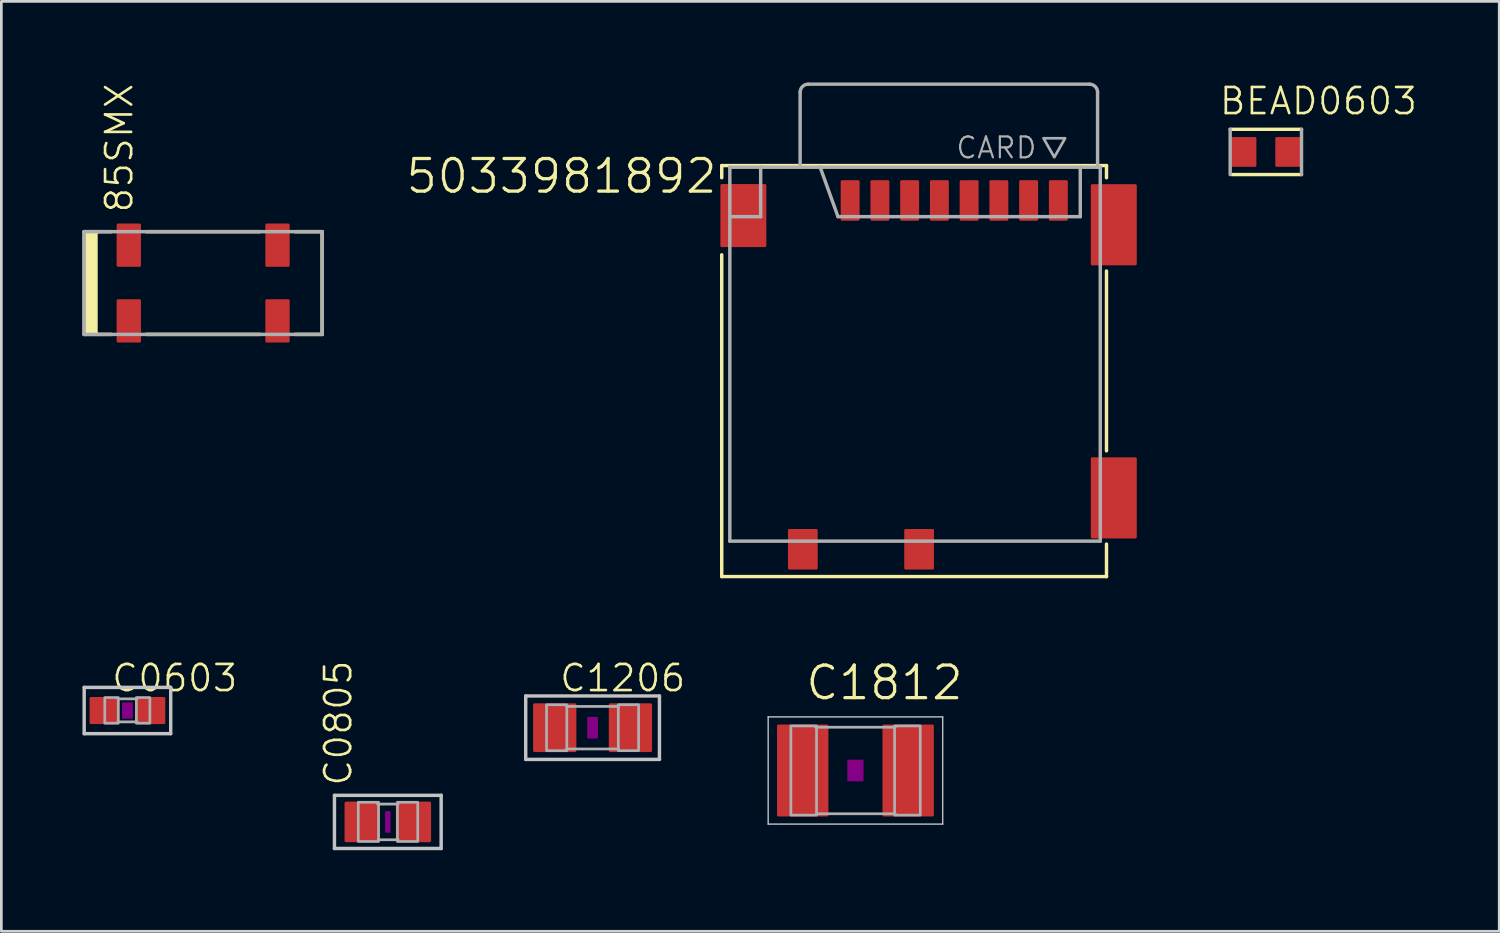
<source format=kicad_pcb>
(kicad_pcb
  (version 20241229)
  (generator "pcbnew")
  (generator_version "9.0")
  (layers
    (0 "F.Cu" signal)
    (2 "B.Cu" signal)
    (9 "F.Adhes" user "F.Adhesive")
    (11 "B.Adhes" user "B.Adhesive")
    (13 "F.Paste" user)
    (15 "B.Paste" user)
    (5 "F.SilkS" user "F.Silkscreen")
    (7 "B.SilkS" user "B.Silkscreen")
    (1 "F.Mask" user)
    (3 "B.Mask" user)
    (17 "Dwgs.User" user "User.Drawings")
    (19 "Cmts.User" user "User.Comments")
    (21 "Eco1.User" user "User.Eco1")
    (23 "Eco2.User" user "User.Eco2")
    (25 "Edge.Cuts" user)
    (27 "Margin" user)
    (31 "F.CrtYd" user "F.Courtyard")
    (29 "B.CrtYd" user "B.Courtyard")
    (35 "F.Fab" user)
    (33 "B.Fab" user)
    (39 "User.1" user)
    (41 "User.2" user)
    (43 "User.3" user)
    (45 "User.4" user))
  (footprint "5033981892"
    (layer "F.Cu")
    (at 23.941 16.963)
    (property "Reference" "5033981892" (at -0.403 -14.203 0) (layer "F.SilkS") (effects (font (size 1.206 1.206) (thickness 0.121)) (justify right top)))
    (attr through_hole)
    (fp_line (start -0.3 -13.89) (end -0.3 -13.44) (stroke (width 0.127) (type solid)) (layer "F.SilkS"))
    (fp_line (start -0.3 -10.59) (end -0.3 1.31) (stroke (width 0.127) (type solid)) (layer "F.SilkS"))
    (fp_line (start 13.93 -13.89) (end -0.3 -13.89) (stroke (width 0.127) (type solid)) (layer "F.SilkS"))
    (fp_line (start 13.93 -13.89) (end 13.93 -13.44) (stroke (width 0.127) (type solid)) (layer "F.SilkS"))
    (fp_line (start 13.93 -9.99) (end 13.93 -3.34) (stroke (width 0.127) (type solid)) (layer "F.SilkS"))
    (fp_line (start 13.93 0.11) (end 13.93 1.31) (stroke (width 0.127) (type solid)) (layer "F.SilkS"))
    (fp_line (start 13.93 1.31) (end -0.3 1.31) (stroke (width 0.127) (type solid)) (layer "F.SilkS"))
    (fp_line (start 0 -12) (end 0 -13.83) (stroke (width 0.127) (type solid)) (layer "F.Fab"))
    (fp_line (start 0 0) (end 0 -12) (stroke (width 0.127) (type solid)) (layer "F.Fab"))
    (fp_line (start 1.14 -13.83) (end 0 -13.83) (stroke (width 0.127) (type solid)) (layer "F.Fab"))
    (fp_line (start 1.14 -13.83) (end 1.14 -12) (stroke (width 0.127) (type solid)) (layer "F.Fab"))
    (fp_line (start 1.14 -12) (end 0 -12) (stroke (width 0.127) (type solid)) (layer "F.Fab"))
    (fp_line (start 2.6 -16.6) (end 2.6 -13.83) (stroke (width 0.127) (type solid)) (layer "F.Fab"))
    (fp_line (start 2.6 -13.83) (end 1.14 -13.83) (stroke (width 0.127) (type solid)) (layer "F.Fab"))
    (fp_line (start 3.34 -13.83) (end 2.6 -13.83) (stroke (width 0.127) (type solid)) (layer "F.Fab"))
    (fp_line (start 3.34 -13.83) (end 4 -12) (stroke (width 0.127) (type solid)) (layer "F.Fab"))
    (fp_line (start 12.96 -13.83) (end 3.34 -13.83) (stroke (width 0.127) (type solid)) (layer "F.Fab"))
    (fp_line (start 12.96 -13.83) (end 12.96 -12) (stroke (width 0.127) (type solid)) (layer "F.Fab"))
    (fp_line (start 12.96 -12) (end 4 -12) (stroke (width 0.127) (type solid)) (layer "F.Fab"))
    (fp_line (start 13.3 -16.9) (end 2.9 -16.9) (stroke (width 0.127) (type solid)) (layer "F.Fab"))
    (fp_line (start 13.6 -16.6) (end 13.6 -13.83) (stroke (width 0.127) (type solid)) (layer "F.Fab"))
    (fp_line (start 13.6 -13.83) (end 12.96 -13.83) (stroke (width 0.127) (type solid)) (layer "F.Fab"))
    (fp_line (start 13.6 -13.83) (end 13.7 -13.83) (stroke (width 0.127) (type solid)) (layer "F.Fab"))
    (fp_line (start 13.7 -13.83) (end 13.7 0) (stroke (width 0.127) (type solid)) (layer "F.Fab"))
    (fp_line (start 13.7 0) (end 0 0) (stroke (width 0.127) (type solid)) (layer "F.Fab"))
    (fp_arc (start 2.6 -16.6) (mid 2.687868 -16.812132) (end 2.9 -16.9) (stroke (width 0.127) (type solid)) (layer "F.Fab"))
    (fp_arc (start 13.3 -16.9) (mid 13.512132 -16.812132) (end 13.6 -16.6) (stroke (width 0.127) (type solid)) (layer "F.Fab"))
    (fp_poly (pts (xy 12.4 -14.9) (xy 12 -14.2) (xy 11.6 -14.9)) (stroke (width 0.1) (type solid)) (fill no) (layer "F.Fab"))
    (fp_text user "CARD" (at 11.4 -15 0) (layer "F.Fab") (effects (font (size 0.772 0.772) (thickness 0.081)) (justify right top)))
    (pad "1" smd roundrect (at 4.45 -12.6 180) (size 0.7 1.5) (layers "F.Cu" "F.Mask" "F.Paste") (roundrect_rratio 0.073))
    (pad "2" smd roundrect (at 5.55 -12.6 180) (size 0.7 1.5) (layers "F.Cu" "F.Mask" "F.Paste") (roundrect_rratio 0.073))
    (pad "3" smd roundrect (at 6.65 -12.6 180) (size 0.7 1.5) (layers "F.Cu" "F.Mask" "F.Paste") (roundrect_rratio 0.073))
    (pad "4" smd roundrect (at 7.75 -12.6 180) (size 0.7 1.5) (layers "F.Cu" "F.Mask" "F.Paste") (roundrect_rratio 0.073))
    (pad "5" smd roundrect (at 8.85 -12.6 180) (size 0.7 1.5) (layers "F.Cu" "F.Mask" "F.Paste") (roundrect_rratio 0.073))
    (pad "6" smd roundrect (at 9.95 -12.6 180) (size 0.7 1.5) (layers "F.Cu" "F.Mask" "F.Paste") (roundrect_rratio 0.073))
    (pad "7" smd roundrect (at 11.05 -12.6 180) (size 0.7 1.5) (layers "F.Cu" "F.Mask" "F.Paste") (roundrect_rratio 0.073))
    (pad "8" smd roundrect (at 12.15 -12.6 180) (size 0.7 1.5) (layers "F.Cu" "F.Mask" "F.Paste") (roundrect_rratio 0.073))
    (pad "S" smd roundrect (at 0.5 -12.04 180) (size 1.7 2.33) (layers "F.Cu" "F.Mask" "F.Paste") (roundrect_rratio 0.03))
    (pad "S1" smd roundrect (at 14.2 -11.7 180) (size 1.7 3) (layers "F.Cu" "F.Mask" "F.Paste") (roundrect_rratio 0.03))
    (pad "S2" smd roundrect (at 14.2 -1.6 180) (size 1.7 3) (layers "F.Cu" "F.Mask" "F.Paste") (roundrect_rratio 0.03))
    (pad "SW1" smd roundrect (at 2.7 0.3 180) (size 1.1 1.5) (layers "F.Cu" "F.Mask" "F.Paste") (roundrect_rratio 0.046))
    (pad "SW2" smd roundrect (at 7 0.3 180) (size 1.1 1.5) (layers "F.Cu" "F.Mask" "F.Paste") (roundrect_rratio 0.046)))
  (footprint "BEAD0603"
    (layer "F.Cu")
    (at 43.764 2.569)
    (property "Reference" "BEAD0603" (at -1.773 -1.315 180) (layer "F.SilkS") (effects (font (size 0.965 0.965) (thickness 0.097)) (justify left bottom)))
    (attr through_hole)
    (fp_line (start -1.256 0.837) (end 1.319 0.837) (stroke (width 0.127) (type solid)) (layer "F.SilkS"))
    (fp_line (start 1.319 -0.837) (end -1.319 -0.837) (stroke (width 0.127) (type solid)) (layer "F.SilkS"))
    (fp_line (start -1.319 -0.837) (end -1.319 0.837) (stroke (width 0.127) (type solid)) (layer "F.Fab"))
    (fp_line (start 1.319 0.837) (end 1.319 -0.837) (stroke (width 0.127) (type solid)) (layer "F.Fab"))
    (pad "P$1" smd roundrect (at -0.85 0) (size 1 1.1) (layers "F.Cu" "F.Mask" "F.Paste") (roundrect_rratio 0.051))
    (pad "P$2" smd roundrect (at 0.85 0) (size 1 1.1) (layers "F.Cu" "F.Mask" "F.Paste") (roundrect_rratio 0.051)))
  (footprint "85SMX"
    (layer "F.Cu")
    (at 4.463 7.417)
    (property "Reference" "85SMX" (at -2.54 -2.54 270) (layer "F.SilkS") (effects (font (size 0.965 0.965) (thickness 0.097)) (justify left bottom)))
    (attr through_hole)
    (fp_line (start -4.4 -1.9) (end -4.4 1.9) (stroke (width 0.127) (type solid)) (layer "F.SilkS"))
    (fp_line (start -4.4 -1.9) (end -3.9 -1.9) (stroke (width 0.127) (type solid)) (layer "F.SilkS"))
    (fp_line (start -4.4 1.9) (end -3.9 1.9) (stroke (width 0.127) (type solid)) (layer "F.SilkS"))
    (fp_line (start -3.9 -1.9) (end -3.4 -1.9) (stroke (width 0.127) (type solid)) (layer "F.SilkS"))
    (fp_line (start -3.9 1.9) (end -3.4 1.9) (stroke (width 0.127) (type solid)) (layer "F.SilkS"))
    (fp_line (start -2.1 -1.9) (end 2.1 -1.9) (stroke (width 0.127) (type solid)) (layer "F.SilkS"))
    (fp_line (start -2.1 1.9) (end 2.1 1.9) (stroke (width 0.127) (type solid)) (layer "F.SilkS"))
    (fp_line (start 3.4 -1.9) (end 4.4 -1.9) (stroke (width 0.127) (type solid)) (layer "F.SilkS"))
    (fp_line (start 3.4 1.9) (end 4.4 1.9) (stroke (width 0.127) (type solid)) (layer "F.SilkS"))
    (fp_line (start 4.4 -1.9) (end 4.4 1.9) (stroke (width 0.127) (type solid)) (layer "F.SilkS"))
    (fp_poly (pts (xy -4.4 1.9) (xy -3.9 1.9) (xy -3.9 -1.9) (xy -4.4 -1.9)) (stroke (width 0) (type solid)) (fill yes) (layer "F.SilkS"))
    (fp_line (start -4.4 -1.9) (end -4.4 1.9) (stroke (width 0.127) (type solid)) (layer "F.Fab"))
    (fp_line (start -4.4 -1.9) (end 4.4 -1.9) (stroke (width 0.127) (type solid)) (layer "F.Fab"))
    (fp_line (start -4.4 1.9) (end 4.4 1.9) (stroke (width 0.127) (type solid)) (layer "F.Fab"))
    (fp_line (start 4.4 -1.9) (end 4.4 1.9) (stroke (width 0.127) (type solid)) (layer "F.Fab"))
    (pad "1" smd roundrect (at -2.75 1.4 90) (size 1.6 0.9) (layers "F.Cu" "F.Mask" "F.Paste") (roundrect_rratio 0.056))
    (pad "4" smd roundrect (at -2.75 -1.4 90) (size 1.6 0.9) (layers "F.Cu" "F.Mask" "F.Paste") (roundrect_rratio 0.056))
    (pad "NC.2" smd roundrect (at 2.75 1.4 90) (size 1.6 0.9) (layers "F.Cu" "F.Mask" "F.Paste") (roundrect_rratio 0.056))
    (pad "NC.3" smd roundrect (at 2.75 -1.4 90) (size 1.6 0.9) (layers "F.Cu" "F.Mask" "F.Paste") (roundrect_rratio 0.056)))
  (footprint "C0805"
    (layer "F.Cu")
    (at 11.292 27.346)
    (property "Reference" "C0805" (at -1.27 -1.27 90) (layer "F.SilkS") (effects (font (size 0.965 0.965) (thickness 0.097)) (justify left bottom)))
    (attr through_hole)
    (fp_poly (pts (xy -0.1 0.4) (xy 0.1 0.4) (xy 0.1 -0.4) (xy -0.1 -0.4)) (stroke (width 0) (type solid)) (fill yes) (layer "F.Adhes"))
    (fp_line (start -1.973 -0.983) (end 1.973 -0.983) (stroke (width 0.127) (type solid)) (layer "Dwgs.User"))
    (fp_line (start -1.973 0.983) (end -1.973 -0.983) (stroke (width 0.127) (type solid)) (layer "Dwgs.User"))
    (fp_line (start 1.973 -0.983) (end 1.973 0.983) (stroke (width 0.127) (type solid)) (layer "Dwgs.User"))
    (fp_line (start 1.973 0.983) (end -1.973 0.983) (stroke (width 0.127) (type solid)) (layer "Dwgs.User"))
    (fp_line (start -0.381 -0.66) (end 0.381 -0.66) (stroke (width 0.102) (type solid)) (layer "F.Fab"))
    (fp_line (start -0.356 0.66) (end 0.381 0.66) (stroke (width 0.102) (type solid)) (layer "F.Fab"))
    (fp_poly (pts (xy -1.092 0.724) (xy -0.342 0.724) (xy -0.342 -0.726) (xy -1.092 -0.726)) (stroke (width 0.1) (type solid)) (fill no) (layer "F.Fab"))
    (fp_poly (pts (xy 0.356 0.724) (xy 1.106 0.724) (xy 1.106 -0.726) (xy 0.356 -0.726)) (stroke (width 0.1) (type solid)) (fill no) (layer "F.Fab"))
    (pad "1" smd roundrect (at -0.95 0) (size 1.3 1.5) (layers "F.Cu" "F.Mask" "F.Paste") (roundrect_rratio 0.039))
    (pad "2" smd roundrect (at 0.95 0) (size 1.3 1.5) (layers "F.Cu" "F.Mask" "F.Paste") (roundrect_rratio 0.039)))
  (footprint "C0603"
    (layer "F.Cu")
    (at 1.663 23.227)
    (property "Reference" "C0603" (at -0.635 -0.635 0) (layer "F.SilkS") (effects (font (size 0.965 0.965) (thickness 0.097)) (justify left bottom)))
    (attr through_hole)
    (fp_poly (pts (xy -0.2 0.3) (xy 0.2 0.3) (xy 0.2 -0.3) (xy -0.2 -0.3)) (stroke (width 0) (type solid)) (fill yes) (layer "F.Adhes"))
    (fp_line (start -1.6 -0.856) (end 1.6 -0.856) (stroke (width 0.127) (type solid)) (layer "Dwgs.User"))
    (fp_line (start -1.6 0.856) (end -1.6 -0.856) (stroke (width 0.127) (type solid)) (layer "Dwgs.User"))
    (fp_line (start 1.6 -0.856) (end 1.6 0.856) (stroke (width 0.127) (type solid)) (layer "Dwgs.User"))
    (fp_line (start 1.6 0.856) (end -1.6 0.856) (stroke (width 0.127) (type solid)) (layer "Dwgs.User"))
    (fp_line (start -0.356 -0.432) (end 0.356 -0.432) (stroke (width 0.102) (type solid)) (layer "F.Fab"))
    (fp_line (start -0.356 0.419) (end 0.356 0.419) (stroke (width 0.102) (type solid)) (layer "F.Fab"))
    (fp_poly (pts (xy -0.838 0.47) (xy -0.338 0.47) (xy -0.338 -0.48) (xy -0.838 -0.48)) (stroke (width 0.1) (type solid)) (fill no) (layer "F.Fab"))
    (fp_poly (pts (xy 0.33 0.47) (xy 0.83 0.47) (xy 0.83 -0.48) (xy 0.33 -0.48)) (stroke (width 0.1) (type solid)) (fill no) (layer "F.Fab"))
    (pad "1" smd roundrect (at -0.85 0) (size 1.1 1) (layers "F.Cu" "F.Mask" "F.Paste") (roundrect_rratio 0.051))
    (pad "2" smd roundrect (at 0.85 0) (size 1.1 1) (layers "F.Cu" "F.Mask" "F.Paste") (roundrect_rratio 0.051)))
  (footprint "C1206"
    (layer "F.Cu")
    (at 18.865 23.862)
    (property "Reference" "C1206" (at -1.27 -1.27 180) (layer "F.SilkS") (effects (font (size 0.965 0.965) (thickness 0.097)) (justify left bottom)))
    (attr through_hole)
    (fp_poly (pts (xy -0.2 0.4) (xy 0.2 0.4) (xy 0.2 -0.4) (xy -0.2 -0.4)) (stroke (width 0) (type solid)) (fill yes) (layer "F.Adhes"))
    (fp_line (start -2.473 -1.173) (end 2.473 -1.173) (stroke (width 0.127) (type solid)) (layer "Dwgs.User"))
    (fp_line (start -2.473 1.173) (end -2.473 -1.173) (stroke (width 0.127) (type solid)) (layer "Dwgs.User"))
    (fp_line (start 2.473 -1.173) (end 2.473 1.173) (stroke (width 0.127) (type solid)) (layer "Dwgs.User"))
    (fp_line (start 2.473 1.173) (end -2.473 1.173) (stroke (width 0.127) (type solid)) (layer "Dwgs.User"))
    (fp_line (start -0.965 -0.787) (end 0.965 -0.787) (stroke (width 0.102) (type solid)) (layer "F.Fab"))
    (fp_line (start -0.965 0.787) (end 0.965 0.787) (stroke (width 0.102) (type solid)) (layer "F.Fab"))
    (fp_poly (pts (xy -1.702 0.851) (xy -0.952 0.851) (xy -0.952 -0.849) (xy -1.702 -0.849)) (stroke (width 0.1) (type solid)) (fill no) (layer "F.Fab"))
    (fp_poly (pts (xy 0.952 0.849) (xy 1.702 0.849) (xy 1.702 -0.851) (xy 0.952 -0.851)) (stroke (width 0.1) (type solid)) (fill no) (layer "F.Fab"))
    (pad "1" smd roundrect (at -1.4 0) (size 1.6 1.8) (layers "F.Cu" "F.Mask" "F.Paste") (roundrect_rratio 0.032))
    (pad "2" smd roundrect (at 1.4 0) (size 1.6 1.8) (layers "F.Cu" "F.Mask" "F.Paste") (roundrect_rratio 0.032)))
  (footprint "C1812"
    (layer "F.Cu")
    (at 28.586 25.445)
    (property "Reference" "C1812" (at -1.905 -2.54 180) (layer "F.SilkS") (effects (font (size 1.206 1.206) (thickness 0.121)) (justify left bottom)))
    (attr through_hole)
    (fp_poly (pts (xy -0.3 0.4) (xy 0.3 0.4) (xy 0.3 -0.4) (xy -0.3 -0.4)) (stroke (width 0) (type solid)) (fill yes) (layer "F.Adhes"))
    (fp_line (start -3.227 -1.983) (end 3.227 -1.983) (stroke (width 0.051) (type solid)) (layer "Dwgs.User"))
    (fp_line (start -3.227 1.983) (end -3.227 -1.983) (stroke (width 0.051) (type solid)) (layer "Dwgs.User"))
    (fp_line (start 3.227 -1.983) (end 3.227 1.983) (stroke (width 0.051) (type solid)) (layer "Dwgs.User"))
    (fp_line (start 3.227 1.983) (end -3.227 1.983) (stroke (width 0.051) (type solid)) (layer "Dwgs.User"))
    (fp_line (start -1.473 -1.6) (end 1.473 -1.6) (stroke (width 0.102) (type solid)) (layer "F.Fab"))
    (fp_line (start -1.448 1.6) (end 1.473 1.6) (stroke (width 0.102) (type solid)) (layer "F.Fab"))
    (fp_poly (pts (xy -2.388 1.651) (xy -1.438 1.651) (xy -1.438 -1.649) (xy -2.388 -1.649)) (stroke (width 0.1) (type solid)) (fill no) (layer "F.Fab"))
    (fp_poly (pts (xy 1.448 1.651) (xy 2.398 1.651) (xy 2.398 -1.649) (xy 1.448 -1.649)) (stroke (width 0.1) (type solid)) (fill no) (layer "F.Fab"))
    (pad "1" smd roundrect (at -1.95 0) (size 1.9 3.4) (layers "F.Cu" "F.Mask" "F.Paste") (roundrect_rratio 0.027))
    (pad "2" smd roundrect (at 1.95 0) (size 1.9 3.4) (layers "F.Cu" "F.Mask" "F.Paste") (roundrect_rratio 0.027)))
  (gr_rect
    (start -3 -3)
    (end 52.395 31.392)
    (stroke (width 0.1) (type default))
    (fill no)
    (layer "Edge.Cuts")))
</source>
